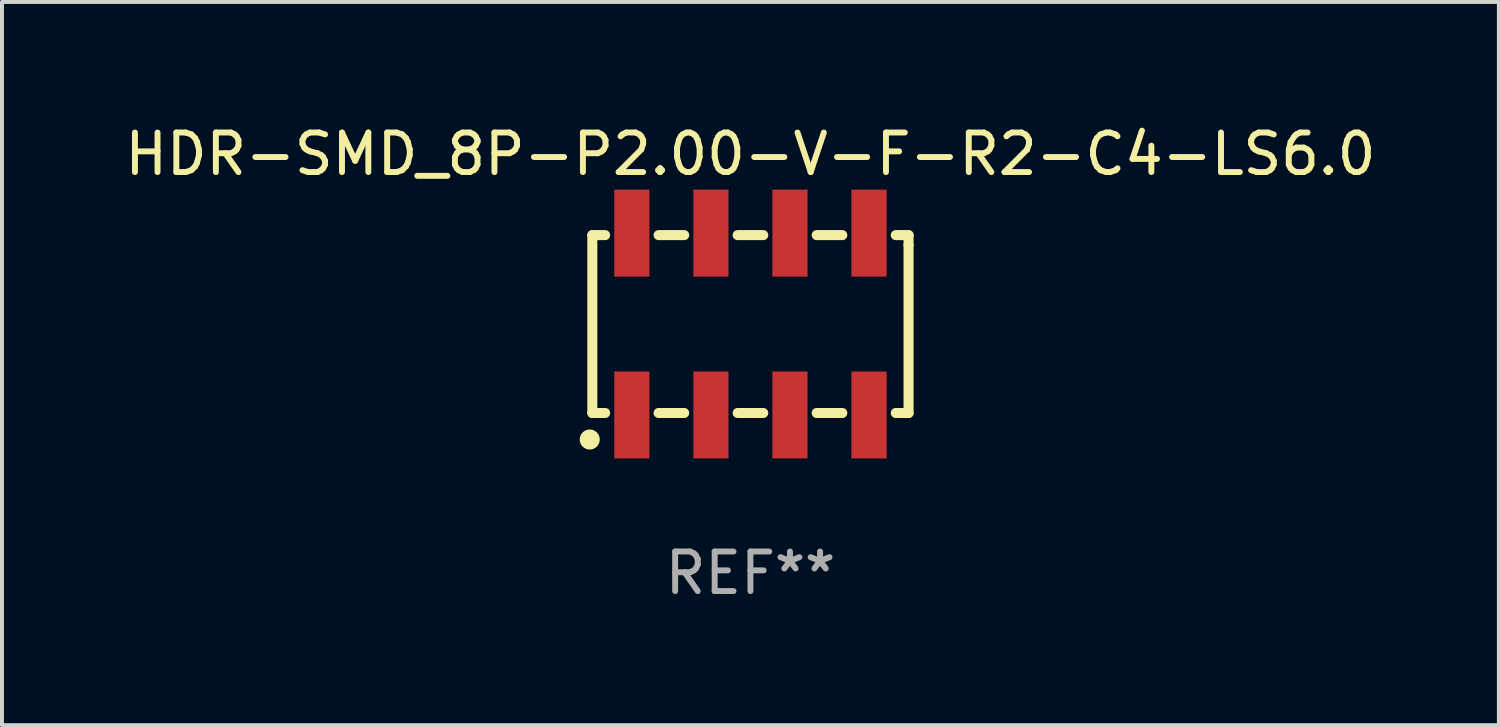
<source format=kicad_pcb>
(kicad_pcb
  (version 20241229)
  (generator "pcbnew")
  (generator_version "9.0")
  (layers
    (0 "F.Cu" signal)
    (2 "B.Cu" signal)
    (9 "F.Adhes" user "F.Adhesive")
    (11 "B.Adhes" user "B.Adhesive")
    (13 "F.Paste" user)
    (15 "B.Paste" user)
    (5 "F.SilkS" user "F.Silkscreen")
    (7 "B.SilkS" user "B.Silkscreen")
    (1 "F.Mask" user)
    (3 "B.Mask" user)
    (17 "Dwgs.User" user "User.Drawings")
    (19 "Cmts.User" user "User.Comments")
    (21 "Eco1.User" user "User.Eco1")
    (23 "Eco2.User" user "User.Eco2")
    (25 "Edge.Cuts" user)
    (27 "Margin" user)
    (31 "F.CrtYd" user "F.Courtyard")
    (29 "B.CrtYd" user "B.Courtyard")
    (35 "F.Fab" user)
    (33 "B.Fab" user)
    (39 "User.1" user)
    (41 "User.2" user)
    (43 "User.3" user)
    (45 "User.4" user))
  (footprint "HDR-SMD_8P-P2.00-V-F-R2-C4-LS6.0"
    (layer "F.Cu")
    (at 15.935 5.148)
    (property "Reference" "HDR-SMD_8P-P2.00-V-F-R2-C4-LS6.0" (at 0 -4.3 0) (layer "F.SilkS") (effects (font (size 1 1) (thickness 0.15))))
    (attr smd)
    (fp_line (start -4 -2.25) (end -4 2.25) (stroke (width 0.254) (type solid)) (layer "F.SilkS"))
    (fp_line (start -4 2.25) (end -3.676 2.25) (stroke (width 0.254) (type solid)) (layer "F.SilkS"))
    (fp_line (start -3.676 -2.25) (end -4 -2.25) (stroke (width 0.254) (type solid)) (layer "F.SilkS"))
    (fp_line (start -2.324 -2.25) (end -1.676 -2.25) (stroke (width 0.254) (type solid)) (layer "F.SilkS"))
    (fp_line (start -2.324 2.25) (end -1.676 2.25) (stroke (width 0.254) (type solid)) (layer "F.SilkS"))
    (fp_line (start -0.324 -2.25) (end 0.324 -2.25) (stroke (width 0.254) (type solid)) (layer "F.SilkS"))
    (fp_line (start -0.324 2.25) (end 0.324 2.25) (stroke (width 0.254) (type solid)) (layer "F.SilkS"))
    (fp_line (start 1.676 -2.25) (end 2.324 -2.25) (stroke (width 0.254) (type solid)) (layer "F.SilkS"))
    (fp_line (start 1.676 2.25) (end 2.324 2.25) (stroke (width 0.254) (type solid)) (layer "F.SilkS"))
    (fp_line (start 3.676 2.25) (end 4 2.25) (stroke (width 0.254) (type solid)) (layer "F.SilkS"))
    (fp_line (start 4 -2.25) (end 3.676 -2.25) (stroke (width 0.254) (type solid)) (layer "F.SilkS"))
    (fp_line (start 4 -2) (end 4 -2.25) (stroke (width 0.254) (type solid)) (layer "F.SilkS"))
    (fp_line (start 4 2.25) (end 4 -2) (stroke (width 0.254) (type solid)) (layer "F.SilkS"))
    (fp_circle (center -4.066 2.921) (end -3.939 2.921) (stroke (width 0.254) (type solid)) (fill no) (layer "F.SilkS"))
    (fp_circle (center -4 3) (end -3.97 3) (stroke (width 0.06) (type solid)) (fill no) (layer "F.SilkS"))
    (fp_text user "REF**" (at 0 6.3 0) (layer "F.Fab") (effects (font (size 1 1) (thickness 0.15))))
    (pad "1" smd rect (at -3 2.3) (size 0.89 2.2) (layers "F.Cu" "F.Mask" "F.Paste"))
    (pad "2" smd rect (at -3 -2.3) (size 0.89 2.2) (layers "F.Cu" "F.Mask" "F.Paste"))
    (pad "3" smd rect (at -1 2.3) (size 0.89 2.2) (layers "F.Cu" "F.Mask" "F.Paste"))
    (pad "4" smd rect (at -1 -2.3) (size 0.89 2.2) (layers "F.Cu" "F.Mask" "F.Paste"))
    (pad "5" smd rect (at 1 2.3) (size 0.89 2.2) (layers "F.Cu" "F.Mask" "F.Paste"))
    (pad "6" smd rect (at 1 -2.3) (size 0.89 2.2) (layers "F.Cu" "F.Mask" "F.Paste"))
    (pad "7" smd rect (at 3 2.3) (size 0.89 2.2) (layers "F.Cu" "F.Mask" "F.Paste"))
    (pad "8" smd rect (at 3 -2.3) (size 0.89 2.2) (layers "F.Cu" "F.Mask" "F.Paste")))
  (gr_rect
    (start -3 -3)
    (end 34.869 15.296)
    (stroke (width 0.1) (type default))
    (fill no)
    (layer "Edge.Cuts")))
</source>
